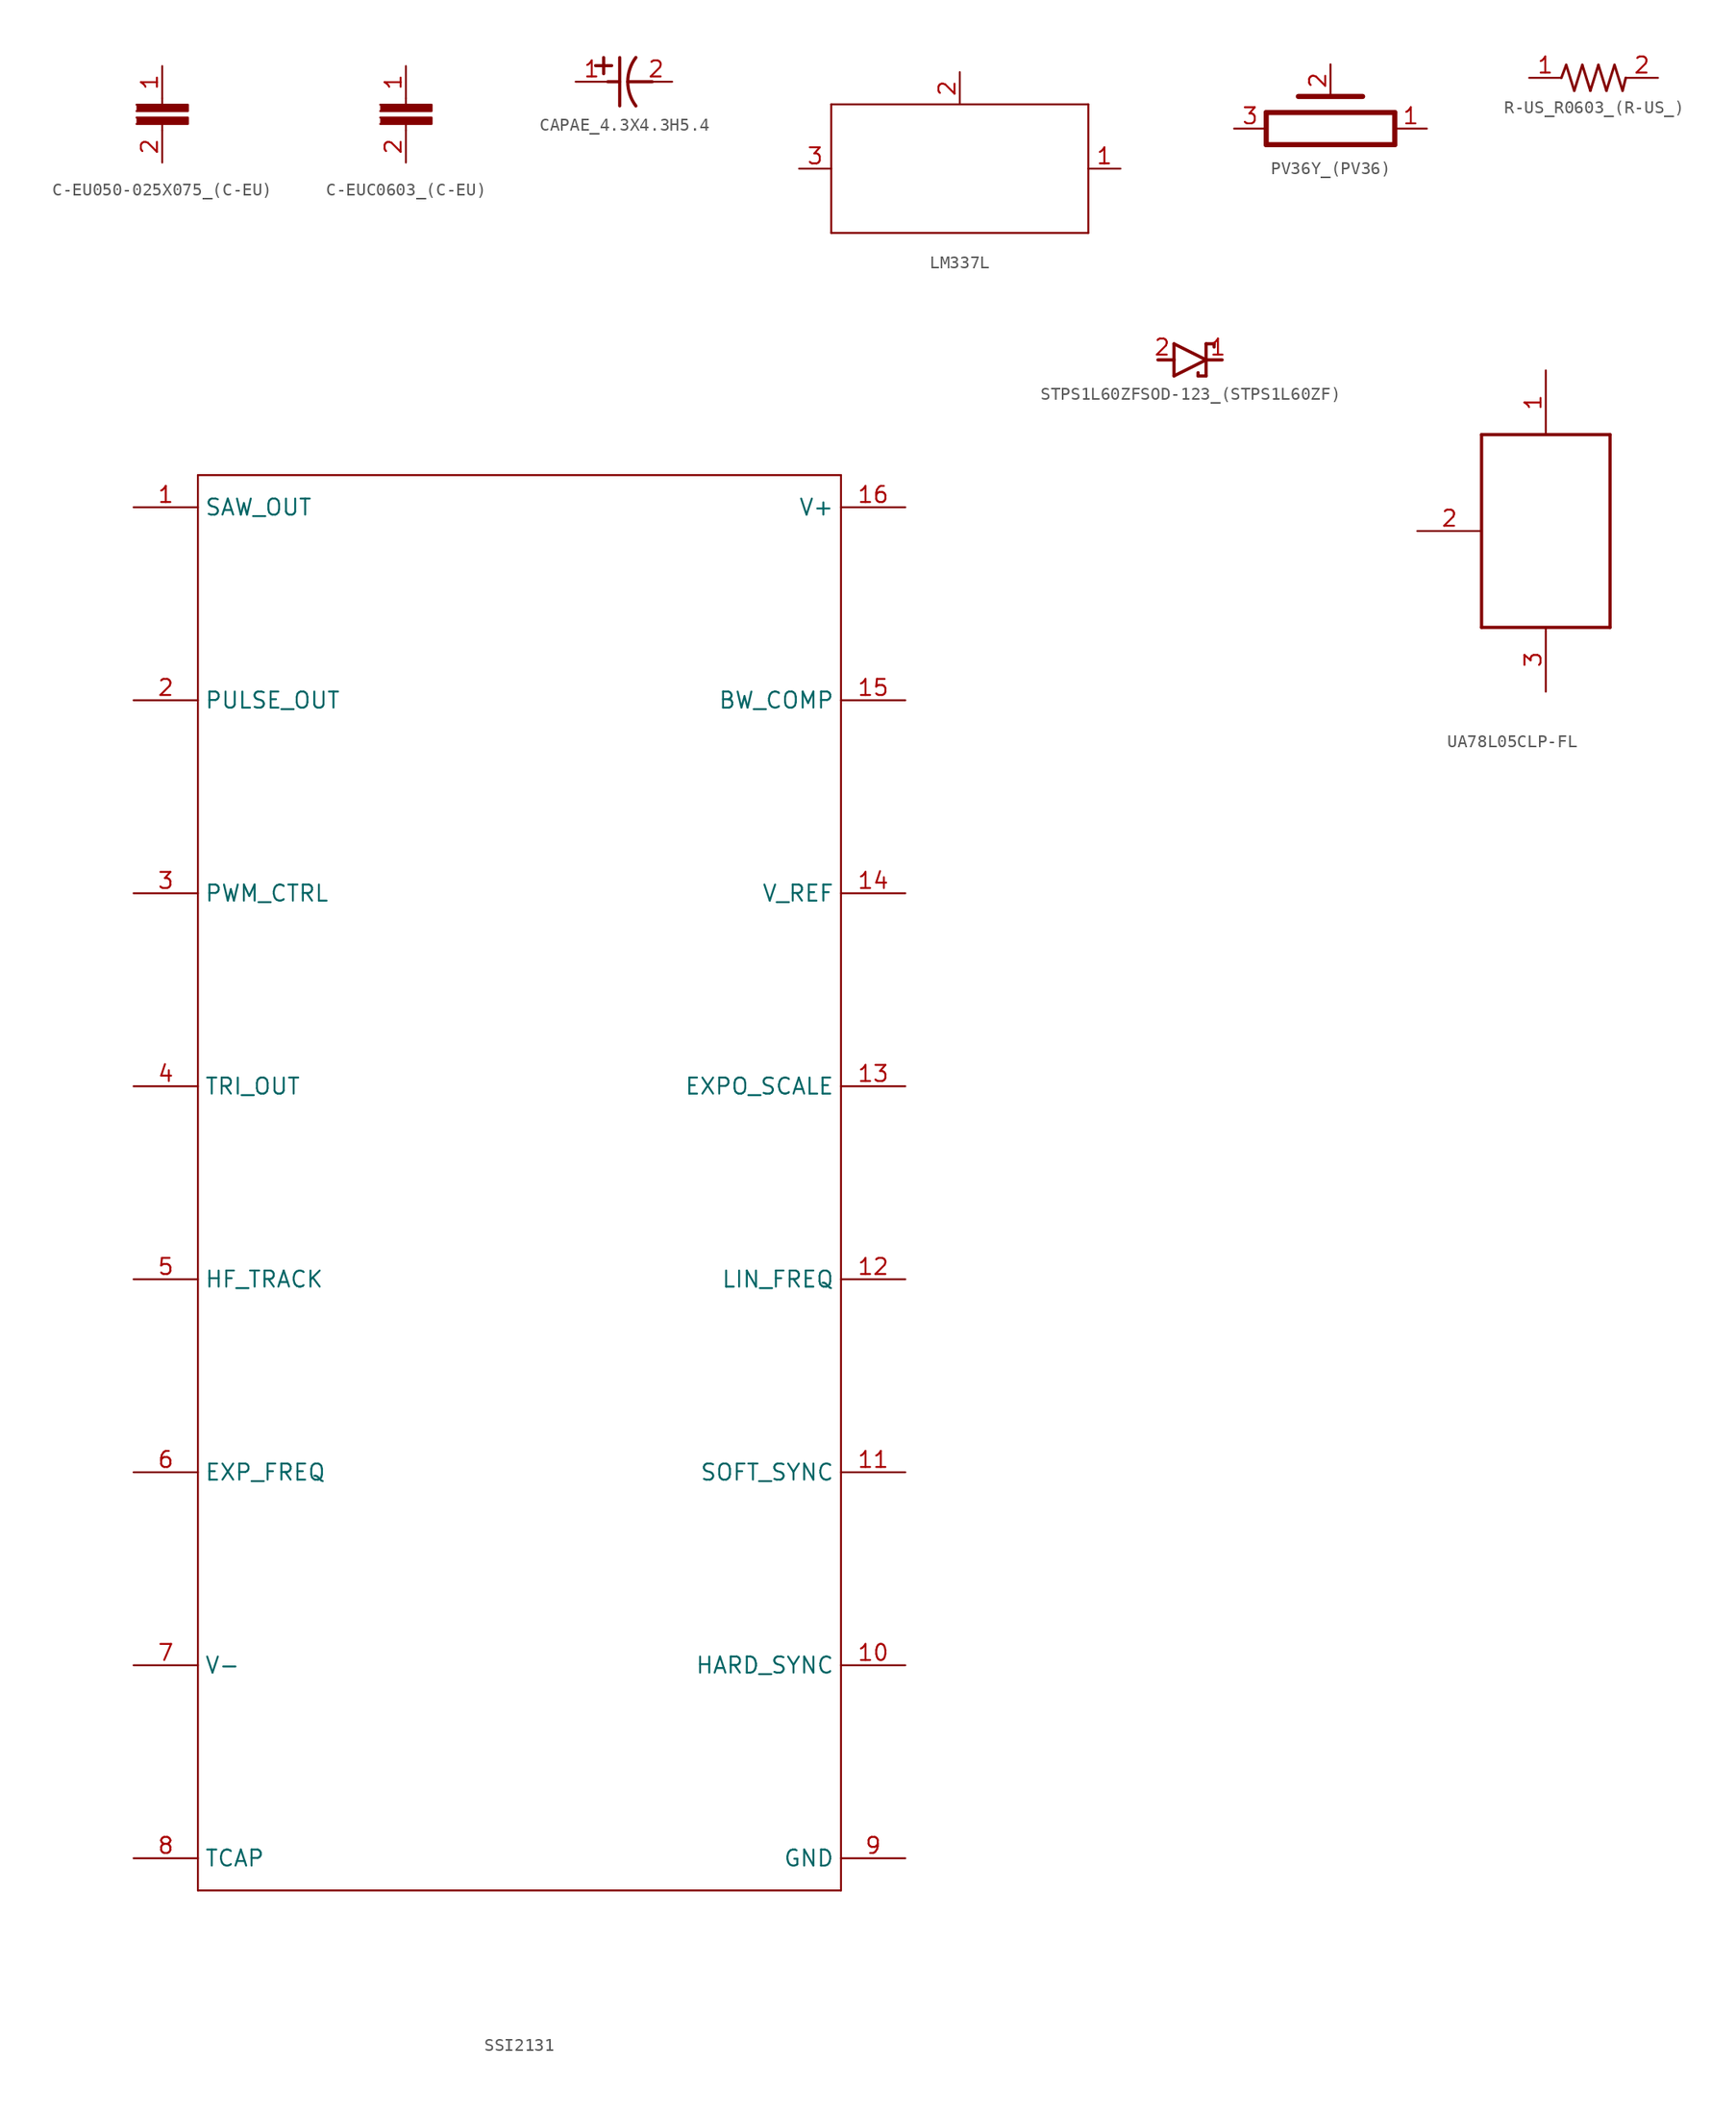
<source format=kicad_sym>
(kicad_symbol_lib
  (version 20211014)
  (generator kicad_symbol_editor)
  (symbol "C-EU050-025X075_(C-EU)"
    (property "Reference" "C"
      (at 0 0 0)
      (effects (font (size 1.27 1.27)) hide))
    (property "ki_locked" ""
      (at 0 0 0)
      (effects (font (size 1.27 1.27))))
    (symbol "C-EU050-025X075_(C-EU)_1_0"
      (polyline (pts (xy 0 -1.27) (xy 0 -0.762)) (stroke (width 0.152) (type default) (color 0 0 0 0)) (fill (type none)))
      (polyline (pts (xy 0 1.27) (xy 0 0.762)) (stroke (width 0.152) (type default) (color 0 0 0 0)) (fill (type none)))
      (polyline (pts (xy -2.032 -0.762) (xy 2.032 -0.762) (xy 2.032 -0.254) (xy -2.032 -0.254)) (stroke (width 0) (type default) (color 0 0 0 0)) (fill (type outline)))
      (polyline (pts (xy -2.032 0.254) (xy 2.032 0.254) (xy 2.032 0.762) (xy -2.032 0.762)) (stroke (width 0) (type default) (color 0 0 0 0)) (fill (type outline)))
      (pin passive line (at 0 3.81 270) (length 2.54) (name "1" (effects (font (size 0 0)))) (number "1" (effects (font (size 1.27 1.27)))))
      (pin passive line (at 0 -3.81 90) (length 2.54) (name "2" (effects (font (size 0 0)))) (number "2" (effects (font (size 1.27 1.27)))))))
  (symbol "C-EUC0603_(C-EU)"
    (property "Reference" "C"
      (at 0 0 0)
      (effects (font (size 1.27 1.27)) hide))
    (property "ki_locked" ""
      (at 0 0 0)
      (effects (font (size 1.27 1.27))))
    (symbol "C-EUC0603_(C-EU)_1_0"
      (polyline (pts (xy 0 -1.27) (xy 0 -0.762)) (stroke (width 0.152) (type default) (color 0 0 0 0)) (fill (type none)))
      (polyline (pts (xy 0 1.27) (xy 0 0.762)) (stroke (width 0.152) (type default) (color 0 0 0 0)) (fill (type none)))
      (polyline (pts (xy -2.032 -0.762) (xy 2.032 -0.762) (xy 2.032 -0.254) (xy -2.032 -0.254)) (stroke (width 0) (type default) (color 0 0 0 0)) (fill (type outline)))
      (polyline (pts (xy -2.032 0.254) (xy 2.032 0.254) (xy 2.032 0.762) (xy -2.032 0.762)) (stroke (width 0) (type default) (color 0 0 0 0)) (fill (type outline)))
      (pin passive line (at 0 3.81 270) (length 2.54) (name "1" (effects (font (size 0 0)))) (number "1" (effects (font (size 1.27 1.27)))))
      (pin passive line (at 0 -3.81 90) (length 2.54) (name "2" (effects (font (size 0 0)))) (number "2" (effects (font (size 1.27 1.27)))))))
  (symbol "CAPAE_4.3X4.3H5.4"
    (property "Reference" "C"
      (at 0 0 0)
      (effects (font (size 1.27 1.27)) hide))
    (property "ki_locked" ""
      (at 0 0 0)
      (effects (font (size 1.27 1.27))))
    (symbol "CAPAE_4.3X4.3H5.4_1_0"
      (polyline (pts (xy -2.235 1.27) (xy -0.965 1.27)) (stroke (width 0.25) (type default) (color 0 0 0 0)) (fill (type none)))
      (polyline (pts (xy -1.6 0.635) (xy -1.6 1.905)) (stroke (width 0.25) (type default) (color 0 0 0 0)) (fill (type none)))
      (polyline (pts (xy -1.27 0) (xy -0.33 0)) (stroke (width 0.25) (type default) (color 0 0 0 0)) (fill (type none)))
      (polyline (pts (xy -0.33 -1.905) (xy -0.33 1.905)) (stroke (width 0.25) (type default) (color 0 0 0 0)) (fill (type none)))
      (polyline (pts (xy 0.305 0) (xy 2.235 0)) (stroke (width 0.25) (type default) (color 0 0 0 0)) (fill (type none)))
      (arc (start 0.944 1.911) (mid 0.3044 0) (end 0.944 -1.911) (stroke (width 0.254) (type default) (color 0 0 0 0)) (fill (type none)))
      (pin passive line (at -3.81 0 0) (length 2.54) (name "PLUS" (effects (font (size 0 0)))) (number "1" (effects (font (size 1.27 1.27)))))
      (pin passive line (at 3.81 0 180) (length 2.54) (name "MINUS" (effects (font (size 0 0)))) (number "2" (effects (font (size 1.27 1.27)))))))
  (symbol "LM337L"
    (property "Reference" "U"
      (at 0 0 0)
      (effects (font (size 1.27 1.27)) hide))
    (property "ki_locked" ""
      (at 0 0 0)
      (effects (font (size 1.27 1.27))))
    (symbol "LM337L_1_0"
      (polyline (pts (xy -10.16 -5.08) (xy -10.16 5.08)) (stroke (width 0.152) (type default) (color 0 0 0 0)) (fill (type none)))
      (polyline (pts (xy -10.16 5.08) (xy 10.16 5.08)) (stroke (width 0.152) (type default) (color 0 0 0 0)) (fill (type none)))
      (polyline (pts (xy 10.16 -5.08) (xy -10.16 -5.08)) (stroke (width 0.152) (type default) (color 0 0 0 0)) (fill (type none)))
      (polyline (pts (xy 10.16 5.08) (xy 10.16 -5.08)) (stroke (width 0.152) (type default) (color 0 0 0 0)) (fill (type none)))
      (pin output line (at 12.7 0 180) (length 2.54) (name "VOUT" (effects (font (size 0 0)))) (number "1" (effects (font (size 1.27 1.27)))))
      (pin bidirectional line (at 0 7.62 270) (length 2.54) (name "ADJ" (effects (font (size 0 0)))) (number "2" (effects (font (size 1.27 1.27)))))
      (pin input line (at -12.7 0 0) (length 2.54) (name "VIN" (effects (font (size 0 0)))) (number "3" (effects (font (size 1.27 1.27)))))))
  (symbol "PV36Y_(PV36)"
    (property "Reference" "RV"
      (at 0 0 0)
      (effects (font (size 1.27 1.27)) hide))
    (property "ki_locked" ""
      (at 0 0 0)
      (effects (font (size 1.27 1.27))))
    (symbol "PV36Y_(PV36)_1_0"
      (polyline (pts (xy -5.08 -1.905) (xy -5.08 0.635)) (stroke (width 0.406) (type default) (color 0 0 0 0)) (fill (type none)))
      (polyline (pts (xy -5.08 0.635) (xy 5.08 0.635)) (stroke (width 0.406) (type default) (color 0 0 0 0)) (fill (type none)))
      (polyline (pts (xy 2.54 1.905) (xy -2.54 1.905)) (stroke (width 0.406) (type default) (color 0 0 0 0)) (fill (type none)))
      (polyline (pts (xy 5.08 -1.905) (xy -5.08 -1.905)) (stroke (width 0.406) (type default) (color 0 0 0 0)) (fill (type none)))
      (polyline (pts (xy 5.08 0.635) (xy 5.08 -1.905)) (stroke (width 0.406) (type default) (color 0 0 0 0)) (fill (type none)))
      (pin passive line (at 7.62 -0.635 180) (length 2.54) (name "P$1" (effects (font (size 0 0)))) (number "1" (effects (font (size 1.27 1.27)))))
      (pin passive line (at 0 4.445 270) (length 2.54) (name "P$2" (effects (font (size 0 0)))) (number "2" (effects (font (size 1.27 1.27)))))
      (pin passive line (at -7.62 -0.635 0) (length 2.54) (name "P$3" (effects (font (size 0 0)))) (number "3" (effects (font (size 1.27 1.27)))))))
  (symbol "R-US_R0603_(R-US_)"
    (property "Reference" "R"
      (at 0 0 0)
      (effects (font (size 1.27 1.27)) hide))
    (property "ki_locked" ""
      (at 0 0 0)
      (effects (font (size 1.27 1.27))))
    (symbol "R-US_R0603_(R-US_)_1_0"
      (polyline (pts (xy -2.54 0) (xy -2.159 1.016)) (stroke (width 0.203) (type default) (color 0 0 0 0)) (fill (type none)))
      (polyline (pts (xy -2.159 1.016) (xy -1.524 -1.016)) (stroke (width 0.203) (type default) (color 0 0 0 0)) (fill (type none)))
      (polyline (pts (xy -1.524 -1.016) (xy -0.889 1.016)) (stroke (width 0.203) (type default) (color 0 0 0 0)) (fill (type none)))
      (polyline (pts (xy -0.889 1.016) (xy -0.254 -1.016)) (stroke (width 0.203) (type default) (color 0 0 0 0)) (fill (type none)))
      (polyline (pts (xy -0.254 -1.016) (xy 0.381 1.016)) (stroke (width 0.203) (type default) (color 0 0 0 0)) (fill (type none)))
      (polyline (pts (xy 0.381 1.016) (xy 1.016 -1.016)) (stroke (width 0.203) (type default) (color 0 0 0 0)) (fill (type none)))
      (polyline (pts (xy 1.016 -1.016) (xy 1.651 1.016)) (stroke (width 0.203) (type default) (color 0 0 0 0)) (fill (type none)))
      (polyline (pts (xy 1.651 1.016) (xy 2.286 -1.016)) (stroke (width 0.203) (type default) (color 0 0 0 0)) (fill (type none)))
      (polyline (pts (xy 2.286 -1.016) (xy 2.54 0)) (stroke (width 0.203) (type default) (color 0 0 0 0)) (fill (type none)))
      (pin passive line (at -5.08 0 0) (length 2.54) (name "1" (effects (font (size 0 0)))) (number "1" (effects (font (size 1.27 1.27)))))
      (pin passive line (at 5.08 0 180) (length 2.54) (name "2" (effects (font (size 0 0)))) (number "2" (effects (font (size 1.27 1.27)))))))
  (symbol "SSI2131"
    (property "Reference" "VCO_"
      (at 0 0 0)
      (effects (font (size 1.27 1.27)) hide))
    (property "ki_locked" ""
      (at 0 0 0)
      (effects (font (size 1.27 1.27))))
    (symbol "SSI2131_1_0"
      (polyline (pts (xy -25.4 -55.88) (xy -25.4 55.88)) (stroke (width 0.152) (type default) (color 0 0 0 0)) (fill (type none)))
      (polyline (pts (xy -25.4 55.88) (xy 25.4 55.88)) (stroke (width 0.152) (type default) (color 0 0 0 0)) (fill (type none)))
      (polyline (pts (xy 25.4 -55.88) (xy -25.4 -55.88)) (stroke (width 0.152) (type default) (color 0 0 0 0)) (fill (type none)))
      (polyline (pts (xy 25.4 55.88) (xy 25.4 -55.88)) (stroke (width 0.152) (type default) (color 0 0 0 0)) (fill (type none)))
      (pin output line (at -30.48 53.34 0) (length 5.08) (name "SAW_OUT" (effects (font (size 1.27 1.27)))) (number "1" (effects (font (size 1.27 1.27)))))
      (pin input line (at 30.48 -38.1 180) (length 5.08) (name "HARD_SYNC" (effects (font (size 1.27 1.27)))) (number "10" (effects (font (size 1.27 1.27)))))
      (pin input line (at 30.48 -22.86 180) (length 5.08) (name "SOFT_SYNC" (effects (font (size 1.27 1.27)))) (number "11" (effects (font (size 1.27 1.27)))))
      (pin input line (at 30.48 -7.62 180) (length 5.08) (name "LIN_FREQ" (effects (font (size 1.27 1.27)))) (number "12" (effects (font (size 1.27 1.27)))))
      (pin input line (at 30.48 7.62 180) (length 5.08) (name "EXPO_SCALE" (effects (font (size 1.27 1.27)))) (number "13" (effects (font (size 1.27 1.27)))))
      (pin input line (at 30.48 22.86 180) (length 5.08) (name "V_REF" (effects (font (size 1.27 1.27)))) (number "14" (effects (font (size 1.27 1.27)))))
      (pin bidirectional line (at 30.48 38.1 180) (length 5.08) (name "BW_COMP" (effects (font (size 1.27 1.27)))) (number "15" (effects (font (size 1.27 1.27)))))
      (pin power_in line (at 30.48 53.34 180) (length 5.08) (name "V+" (effects (font (size 1.27 1.27)))) (number "16" (effects (font (size 1.27 1.27)))))
      (pin output line (at -30.48 38.1 0) (length 5.08) (name "PULSE_OUT" (effects (font (size 1.27 1.27)))) (number "2" (effects (font (size 1.27 1.27)))))
      (pin input line (at -30.48 22.86 0) (length 5.08) (name "PWM_CTRL" (effects (font (size 1.27 1.27)))) (number "3" (effects (font (size 1.27 1.27)))))
      (pin output line (at -30.48 7.62 0) (length 5.08) (name "TRI_OUT" (effects (font (size 1.27 1.27)))) (number "4" (effects (font (size 1.27 1.27)))))
      (pin input line (at -30.48 -7.62 0) (length 5.08) (name "HF_TRACK" (effects (font (size 1.27 1.27)))) (number "5" (effects (font (size 1.27 1.27)))))
      (pin input line (at -30.48 -22.86 0) (length 5.08) (name "EXP_FREQ" (effects (font (size 1.27 1.27)))) (number "6" (effects (font (size 1.27 1.27)))))
      (pin power_in line (at -30.48 -38.1 0) (length 5.08) (name "V-" (effects (font (size 1.27 1.27)))) (number "7" (effects (font (size 1.27 1.27)))))
      (pin bidirectional line (at -30.48 -53.34 0) (length 5.08) (name "TCAP" (effects (font (size 1.27 1.27)))) (number "8" (effects (font (size 1.27 1.27)))))
      (pin bidirectional line (at 30.48 -53.34 180) (length 5.08) (name "GND" (effects (font (size 1.27 1.27)))) (number "9" (effects (font (size 1.27 1.27)))))))
  (symbol "STPS1L60ZFSOD-123_(STPS1L60ZF)"
    (property "Reference" "D"
      (at 0 0 0)
      (effects (font (size 1.27 1.27)) hide))
    (property "ki_locked" ""
      (at 0 0 0)
      (effects (font (size 1.27 1.27))))
    (symbol "STPS1L60ZFSOD-123_(STPS1L60ZF)_1_0"
      (polyline (pts (xy -1.27 -1.27) (xy 1.27 0)) (stroke (width 0.254) (type default) (color 0 0 0 0)) (fill (type none)))
      (polyline (pts (xy -1.27 0) (xy -2.54 0)) (stroke (width 0.254) (type default) (color 0 0 0 0)) (fill (type none)))
      (polyline (pts (xy -1.27 0) (xy -1.27 -1.27)) (stroke (width 0.254) (type default) (color 0 0 0 0)) (fill (type none)))
      (polyline (pts (xy -1.27 1.27) (xy -1.27 0)) (stroke (width 0.254) (type default) (color 0 0 0 0)) (fill (type none)))
      (polyline (pts (xy 0.635 -1.016) (xy 0.635 -1.27)) (stroke (width 0.254) (type default) (color 0 0 0 0)) (fill (type none)))
      (polyline (pts (xy 1.27 -1.27) (xy 0.635 -1.27)) (stroke (width 0.254) (type default) (color 0 0 0 0)) (fill (type none)))
      (polyline (pts (xy 1.27 0) (xy -1.27 1.27)) (stroke (width 0.254) (type default) (color 0 0 0 0)) (fill (type none)))
      (polyline (pts (xy 1.27 0) (xy 1.27 -1.27)) (stroke (width 0.254) (type default) (color 0 0 0 0)) (fill (type none)))
      (polyline (pts (xy 1.27 0) (xy 2.54 0)) (stroke (width 0.254) (type default) (color 0 0 0 0)) (fill (type none)))
      (polyline (pts (xy 1.27 1.27) (xy 1.27 0)) (stroke (width 0.254) (type default) (color 0 0 0 0)) (fill (type none)))
      (polyline (pts (xy 1.905 1.27) (xy 1.27 1.27)) (stroke (width 0.254) (type default) (color 0 0 0 0)) (fill (type none)))
      (polyline (pts (xy 1.905 1.27) (xy 1.905 1.016)) (stroke (width 0.254) (type default) (color 0 0 0 0)) (fill (type none)))
      (pin passive line (at 2.207 0 180) (length 0) (name "C" (effects (font (size 0 0)))) (number "1" (effects (font (size 1.27 1.27)))))
      (pin passive line (at -2.207 0 0) (length 0) (name "A" (effects (font (size 0 0)))) (number "2" (effects (font (size 1.27 1.27)))))))
  (symbol "UA78L05CLP-FL"
    (property "Reference" "U"
      (at 0 0 0)
      (effects (font (size 1.27 1.27)) hide))
    (property "ki_locked" ""
      (at 0 0 0)
      (effects (font (size 1.27 1.27))))
    (symbol "UA78L05CLP-FL_1_0"
      (polyline (pts (xy -5.08 -7.62) (xy -5.08 7.62)) (stroke (width 0.254) (type default) (color 0 0 0 0)) (fill (type none)))
      (polyline (pts (xy -5.08 7.62) (xy 5.08 7.62)) (stroke (width 0.254) (type default) (color 0 0 0 0)) (fill (type none)))
      (polyline (pts (xy 5.08 -7.62) (xy -5.08 -7.62)) (stroke (width 0.254) (type default) (color 0 0 0 0)) (fill (type none)))
      (polyline (pts (xy 5.08 7.62) (xy 5.08 -7.62)) (stroke (width 0.254) (type default) (color 0 0 0 0)) (fill (type none)))
      (pin output line (at 0 12.7 270) (length 5.08) (name "VO" (effects (font (size 0 0)))) (number "1" (effects (font (size 1.27 1.27)))))
      (pin bidirectional line (at -10.16 0 0) (length 5.08) (name "GND" (effects (font (size 0 0)))) (number "2" (effects (font (size 1.27 1.27)))))
      (pin input line (at 0 -12.7 90) (length 5.08) (name "VI" (effects (font (size 0 0)))) (number "3" (effects (font (size 1.27 1.27))))))))
</source>
